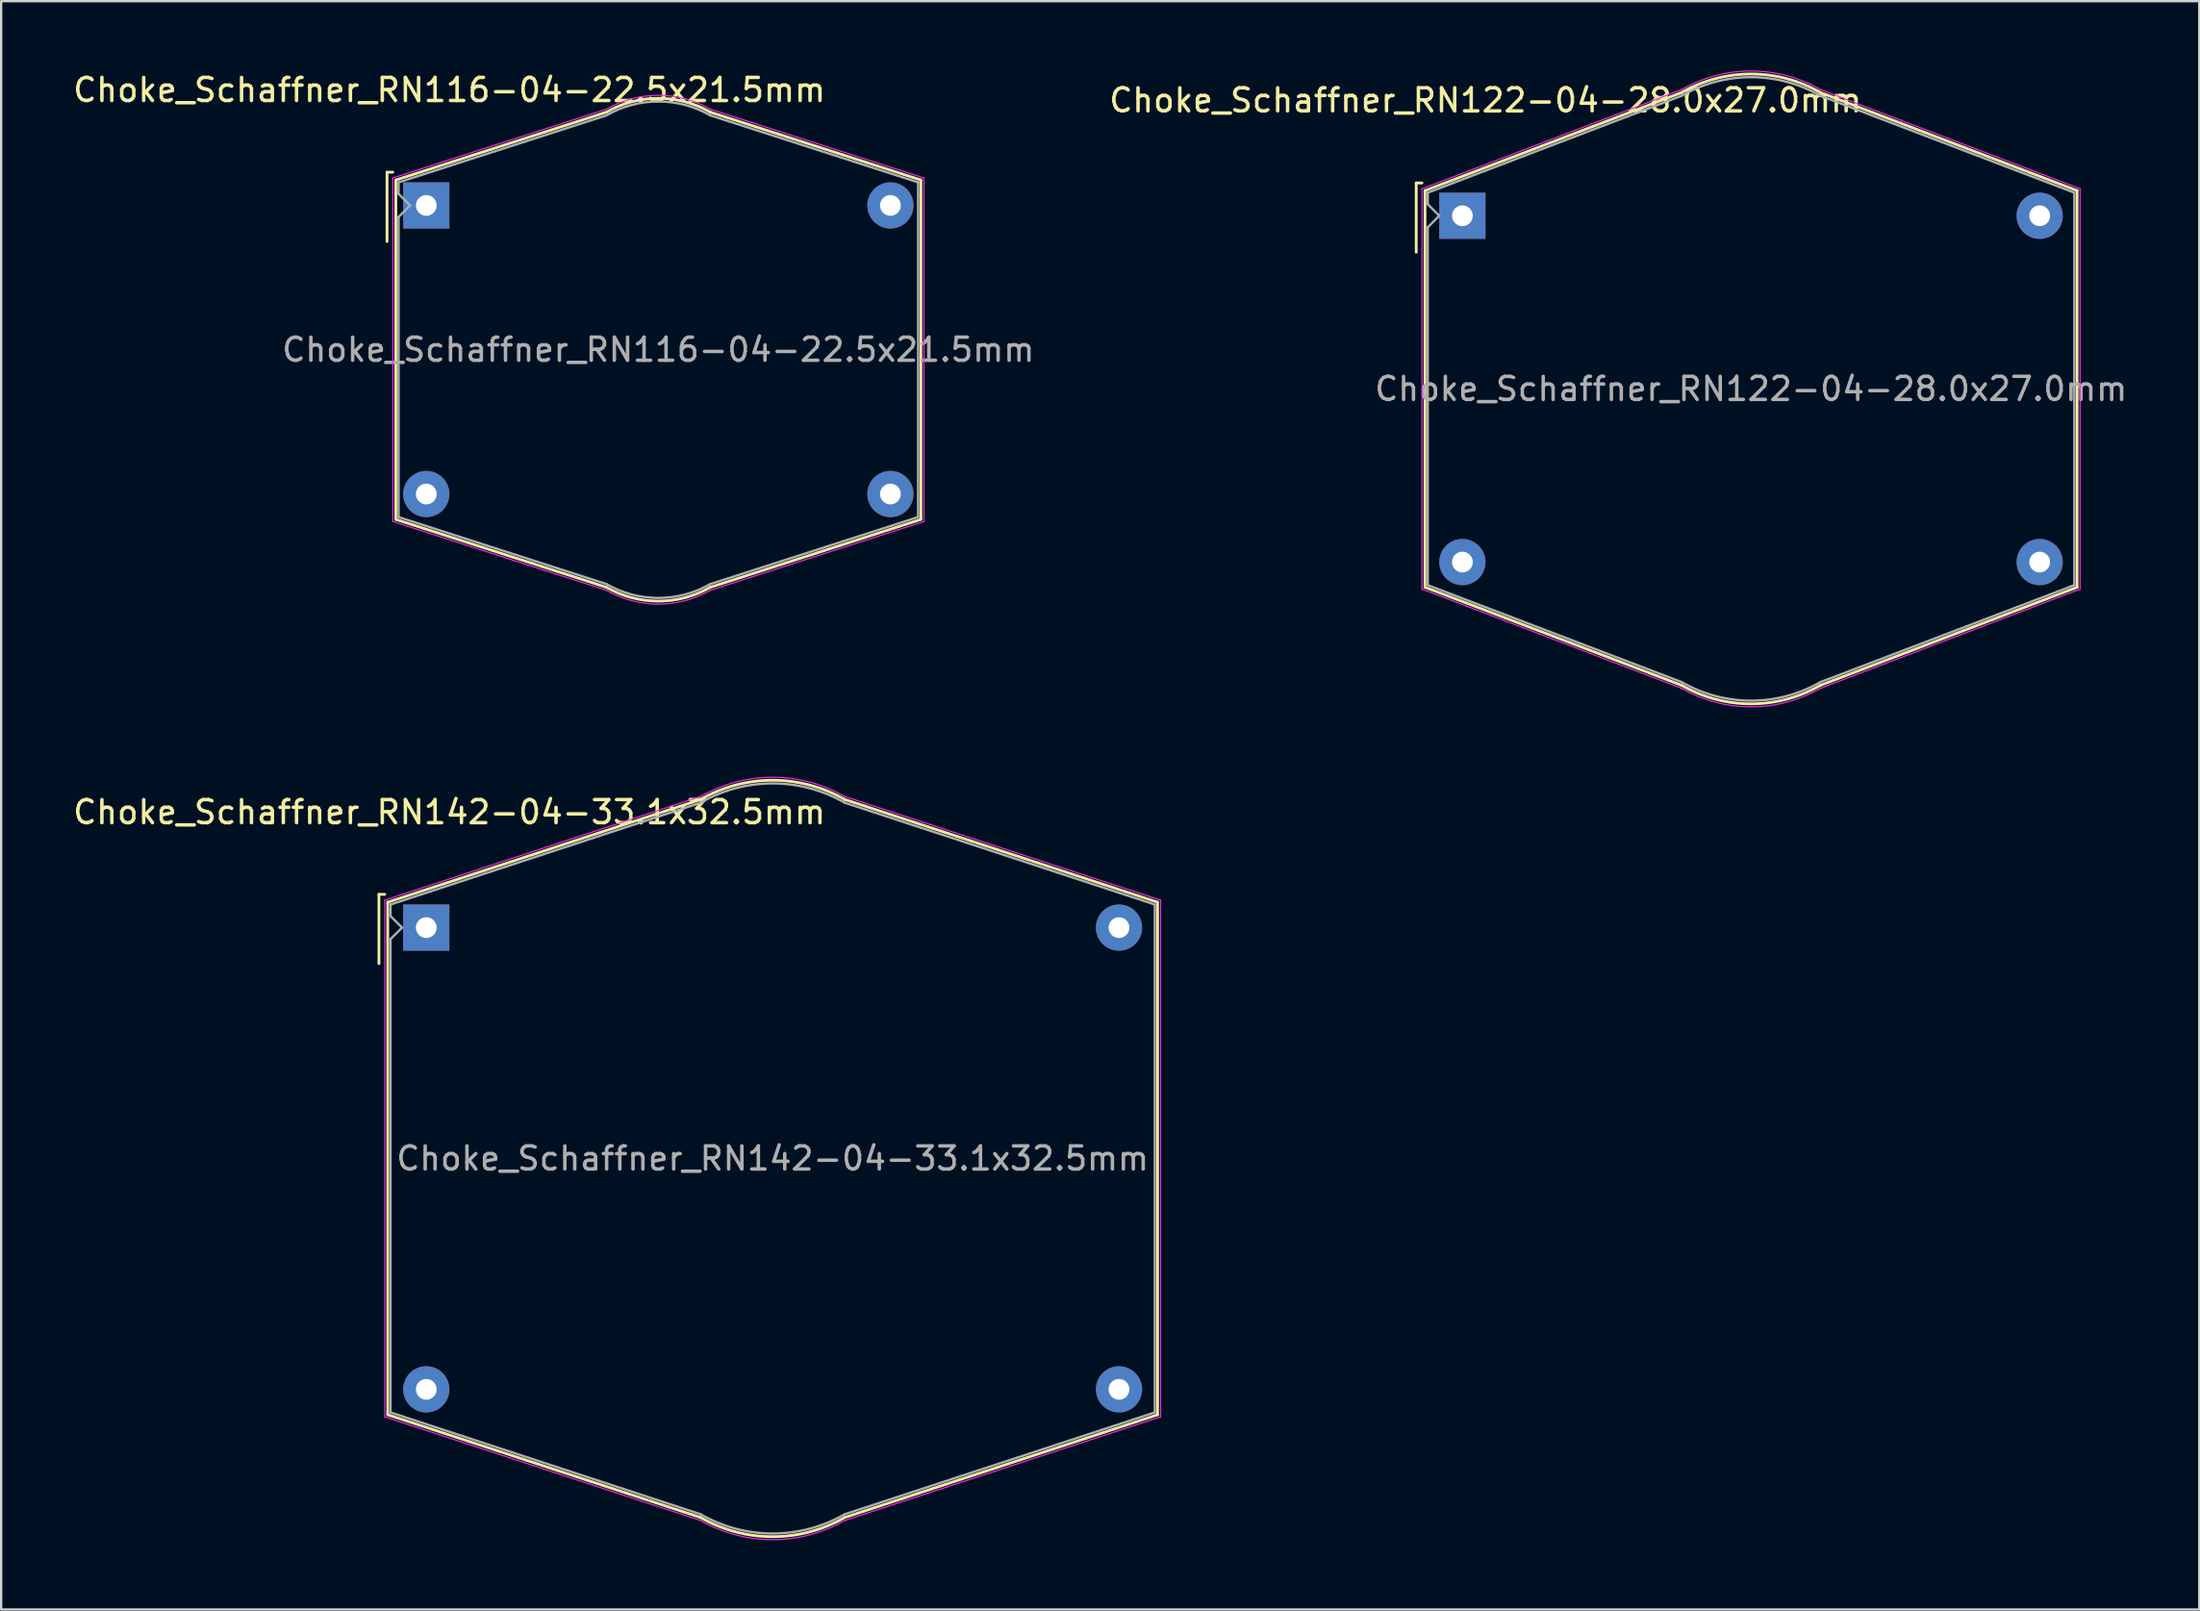
<source format=kicad_pcb>
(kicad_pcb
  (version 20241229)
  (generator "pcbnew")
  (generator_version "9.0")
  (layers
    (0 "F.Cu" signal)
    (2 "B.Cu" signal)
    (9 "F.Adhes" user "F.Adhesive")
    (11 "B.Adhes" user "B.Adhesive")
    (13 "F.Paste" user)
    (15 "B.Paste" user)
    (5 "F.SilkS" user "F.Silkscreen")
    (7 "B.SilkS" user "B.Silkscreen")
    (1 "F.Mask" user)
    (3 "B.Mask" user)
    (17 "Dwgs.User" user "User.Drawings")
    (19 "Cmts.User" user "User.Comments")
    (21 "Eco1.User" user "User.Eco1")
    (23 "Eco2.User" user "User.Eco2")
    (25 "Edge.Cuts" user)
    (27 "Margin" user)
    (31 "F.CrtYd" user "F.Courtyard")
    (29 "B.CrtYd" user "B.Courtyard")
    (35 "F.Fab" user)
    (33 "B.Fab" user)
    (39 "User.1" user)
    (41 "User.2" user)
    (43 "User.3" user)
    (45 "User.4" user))
  (footprint "Choke_Schaffner_RN116-04-22.5x21.5mm"
    (layer "F.Cu")
    (at 15.411 5.848)
    (property "Reference" "Choke_Schaffner_RN116-04-22.5x21.5mm" (at 1 -5 0) (layer "F.SilkS") (effects (font (size 1 1) (thickness 0.15))))
    (attr through_hole)
    (fp_line (start -1.7 -1.44) (end -1.7 1.56) (stroke (width 0.12) (type solid)) (layer "F.SilkS"))
    (fp_line (start -1.7 -1.44) (end -1.45 -1.44) (stroke (width 0.12) (type solid)) (layer "F.SilkS"))
    (fp_line (start -1.32 -1.1) (end 7.8 -4.04) (stroke (width 0.12) (type solid)) (layer "F.SilkS"))
    (fp_line (start -1.32 13.6) (end -1.32 -1.1) (stroke (width 0.12) (type solid)) (layer "F.SilkS"))
    (fp_line (start 7.8 16.54) (end -1.32 13.6) (stroke (width 0.12) (type solid)) (layer "F.SilkS"))
    (fp_line (start 12.3 -4.04) (end 21.42 -1.1) (stroke (width 0.12) (type solid)) (layer "F.SilkS"))
    (fp_line (start 21.42 -1.1) (end 21.42 13.6) (stroke (width 0.12) (type solid)) (layer "F.SilkS"))
    (fp_line (start 21.42 13.6) (end 12.3 16.54) (stroke (width 0.12) (type solid)) (layer "F.SilkS"))
    (fp_arc (start 7.8 -4.04) (mid 10.061443 -4.63982) (end 12.31982 -4.028557) (stroke (width 0.12) (type solid)) (layer "F.SilkS"))
    (fp_arc (start 12.3 16.54) (mid 10.038557 17.13982) (end 7.78018 16.528557) (stroke (width 0.12) (type solid)) (layer "F.SilkS"))
    (fp_line (start -1.45 -1.19) (end 7.8 -4.17) (stroke (width 0.05) (type solid)) (layer "F.CrtYd"))
    (fp_line (start -1.45 13.69) (end -1.45 -1.19) (stroke (width 0.05) (type solid)) (layer "F.CrtYd"))
    (fp_line (start 7.8 16.67) (end -1.45 13.69) (stroke (width 0.05) (type solid)) (layer "F.CrtYd"))
    (fp_line (start 12.3 -4.17) (end 21.55 -1.19) (stroke (width 0.05) (type solid)) (layer "F.CrtYd"))
    (fp_line (start 21.55 -1.19) (end 21.55 13.69) (stroke (width 0.05) (type solid)) (layer "F.CrtYd"))
    (fp_line (start 21.55 13.69) (end 12.3 16.67) (stroke (width 0.05) (type solid)) (layer "F.CrtYd"))
    (fp_arc (start 7.8 -4.17) (mid 10.061443 -4.76982) (end 12.31982 -4.158557) (stroke (width 0.05) (type solid)) (layer "F.CrtYd"))
    (fp_arc (start 12.3 16.67) (mid 10.038557 17.26982) (end 7.78018 16.658557) (stroke (width 0.05) (type solid)) (layer "F.CrtYd"))
    (fp_line (start -1.2 -1) (end 7.8 -3.9) (stroke (width 0.1) (type solid)) (layer "F.Fab"))
    (fp_line (start -1.2 -0.5) (end -1.2 -1) (stroke (width 0.1) (type solid)) (layer "F.Fab"))
    (fp_line (start -1.2 0.5) (end -0.7 0) (stroke (width 0.1) (type solid)) (layer "F.Fab"))
    (fp_line (start -1.2 13.5) (end -1.2 0.5) (stroke (width 0.1) (type solid)) (layer "F.Fab"))
    (fp_line (start -0.7 0) (end -1.2 -0.5) (stroke (width 0.1) (type solid)) (layer "F.Fab"))
    (fp_line (start 7.8 16.4) (end -1.2 13.5) (stroke (width 0.1) (type solid)) (layer "F.Fab"))
    (fp_line (start 12.3 -3.9) (end 21.3 -1) (stroke (width 0.1) (type solid)) (layer "F.Fab"))
    (fp_line (start 21.3 -1) (end 21.3 13.5) (stroke (width 0.1) (type solid)) (layer "F.Fab"))
    (fp_line (start 21.3 13.5) (end 12.3 16.4) (stroke (width 0.1) (type solid)) (layer "F.Fab"))
    (fp_arc (start 7.8 -3.9) (mid 10.051443 -4.502499) (end 12.302499 -3.898557) (stroke (width 0.1) (type solid)) (layer "F.Fab"))
    (fp_arc (start 12.3 16.4) (mid 10.048557 17.002499) (end 7.797501 16.398557) (stroke (width 0.1) (type solid)) (layer "F.Fab"))
    (fp_text user "${REFERENCE}" (at 10.05 6.25 0) (layer "F.Fab") (effects (font (size 1 1) (thickness 0.15))))
    (pad "1" thru_hole rect (at 0 0) (size 2 2) (drill 0.9) (layers "*.Cu" "*.Mask"))
    (pad "2" thru_hole circle (at 20.1 0) (size 2 2) (drill 0.9) (layers "*.Cu" "*.Mask"))
    (pad "3" thru_hole circle (at 0 12.5) (size 2 2) (drill 0.9) (layers "*.Cu" "*.Mask"))
    (pad "4" thru_hole circle (at 20.1 12.5) (size 2 2) (drill 0.9) (layers "*.Cu" "*.Mask")))
  (footprint "Choke_Schaffner_RN142-04-33.1x32.5mm"
    (layer "F.Cu")
    (at 15.411 37.129)
    (property "Reference" "Choke_Schaffner_RN142-04-33.1x32.5mm" (at 1 -5 0) (layer "F.SilkS") (effects (font (size 1 1) (thickness 0.15))))
    (attr through_hole)
    (fp_line (start -2.05 -1.44) (end -2.05 1.56) (stroke (width 0.12) (type solid)) (layer "F.SilkS"))
    (fp_line (start -2.05 -1.44) (end -1.8 -1.44) (stroke (width 0.12) (type solid)) (layer "F.SilkS"))
    (fp_line (start -1.67 -1.1) (end 11.88 -5.55) (stroke (width 0.12) (type solid)) (layer "F.SilkS"))
    (fp_line (start -1.67 21.1) (end -1.67 -1.1) (stroke (width 0.12) (type solid)) (layer "F.SilkS"))
    (fp_line (start 11.88 25.55) (end -1.67 21.1) (stroke (width 0.12) (type solid)) (layer "F.SilkS"))
    (fp_line (start 18.12 -5.55) (end 31.67 -1.1) (stroke (width 0.12) (type solid)) (layer "F.SilkS"))
    (fp_line (start 31.67 -1.1) (end 31.67 21.1) (stroke (width 0.12) (type solid)) (layer "F.SilkS"))
    (fp_line (start 31.67 21.1) (end 18.12 25.55) (stroke (width 0.12) (type solid)) (layer "F.SilkS"))
    (fp_arc (start 11.88 -5.55) (mid 15.013001 -6.382518) (end 18.142518 -5.536999) (stroke (width 0.12) (type solid)) (layer "F.SilkS"))
    (fp_arc (start 18.12 25.55) (mid 14.986999 26.382518) (end 11.857482 25.536999) (stroke (width 0.12) (type solid)) (layer "F.SilkS"))
    (fp_line (start -1.8 -1.19) (end 11.88 -5.68) (stroke (width 0.05) (type solid)) (layer "F.CrtYd"))
    (fp_line (start -1.8 21.19) (end -1.8 -1.19) (stroke (width 0.05) (type solid)) (layer "F.CrtYd"))
    (fp_line (start 11.88 25.68) (end -1.8 21.19) (stroke (width 0.05) (type solid)) (layer "F.CrtYd"))
    (fp_line (start 18.12 -5.68) (end 31.8 -1.19) (stroke (width 0.05) (type solid)) (layer "F.CrtYd"))
    (fp_line (start 31.8 -1.19) (end 31.8 21.19) (stroke (width 0.05) (type solid)) (layer "F.CrtYd"))
    (fp_line (start 31.8 21.19) (end 18.12 25.68) (stroke (width 0.05) (type solid)) (layer "F.CrtYd"))
    (fp_arc (start 11.88 -5.68) (mid 15.013001 -6.512518) (end 18.142518 -5.666999) (stroke (width 0.05) (type solid)) (layer "F.CrtYd"))
    (fp_arc (start 18.12 25.68) (mid 14.986999 26.512518) (end 11.857482 25.666999) (stroke (width 0.05) (type solid)) (layer "F.CrtYd"))
    (fp_line (start -1.55 -1) (end 11.88 -5.41) (stroke (width 0.1) (type solid)) (layer "F.Fab"))
    (fp_line (start -1.55 -0.5) (end -1.55 -1) (stroke (width 0.1) (type solid)) (layer "F.Fab"))
    (fp_line (start -1.55 0.5) (end -1.05 0) (stroke (width 0.1) (type solid)) (layer "F.Fab"))
    (fp_line (start -1.55 21) (end -1.55 0.5) (stroke (width 0.1) (type solid)) (layer "F.Fab"))
    (fp_line (start -1.05 0) (end -1.55 -0.5) (stroke (width 0.1) (type solid)) (layer "F.Fab"))
    (fp_line (start 11.88 25.41) (end -1.55 21) (stroke (width 0.1) (type solid)) (layer "F.Fab"))
    (fp_line (start 18.12 -5.41) (end 31.55 -1) (stroke (width 0.1) (type solid)) (layer "F.Fab"))
    (fp_line (start 31.55 -1) (end 31.55 21) (stroke (width 0.1) (type solid)) (layer "F.Fab"))
    (fp_line (start 31.55 21) (end 18.12 25.41) (stroke (width 0.1) (type solid)) (layer "F.Fab"))
    (fp_arc (start 11.88 -5.41) (mid 15.003001 -6.245197) (end 18.125197 -5.406999) (stroke (width 0.1) (type solid)) (layer "F.Fab"))
    (fp_arc (start 18.12 25.41) (mid 14.996999 26.245197) (end 11.874803 25.406999) (stroke (width 0.1) (type solid)) (layer "F.Fab"))
    (fp_text user "${REFERENCE}" (at 15 10 0) (layer "F.Fab") (effects (font (size 1 1) (thickness 0.15))))
    (pad "1" thru_hole rect (at 0 0) (size 2 2) (drill 0.9) (layers "*.Cu" "*.Mask"))
    (pad "2" thru_hole circle (at 30 0) (size 2 2) (drill 0.9) (layers "*.Cu" "*.Mask"))
    (pad "3" thru_hole circle (at 0 20) (size 2 2) (drill 0.9) (layers "*.Cu" "*.Mask"))
    (pad "4" thru_hole circle (at 30 20) (size 2 2) (drill 0.9) (layers "*.Cu" "*.Mask")))
  (footprint "Choke_Schaffner_RN122-04-28.0x27.0mm"
    (layer "F.Cu")
    (at 60.282 6.296)
    (property "Reference" "Choke_Schaffner_RN122-04-28.0x27.0mm" (at 1 -5 0) (layer "F.SilkS") (effects (font (size 1 1) (thickness 0.15))))
    (attr through_hole)
    (fp_line (start -2 -1.42) (end -2 1.58) (stroke (width 0.12) (type solid)) (layer "F.SilkS"))
    (fp_line (start -2 -1.42) (end -1.75 -1.42) (stroke (width 0.12) (type solid)) (layer "F.SilkS"))
    (fp_line (start -1.62 -1.09) (end 9.5 -5.34) (stroke (width 0.12) (type solid)) (layer "F.SilkS"))
    (fp_line (start -1.62 16.09) (end -1.62 -1.09) (stroke (width 0.12) (type solid)) (layer "F.SilkS"))
    (fp_line (start 9.5 20.34) (end -1.62 16.09) (stroke (width 0.12) (type solid)) (layer "F.SilkS"))
    (fp_line (start 15.5 -5.34) (end 26.62 -1.09) (stroke (width 0.12) (type solid)) (layer "F.SilkS"))
    (fp_line (start 26.62 -1.09) (end 26.62 16.09) (stroke (width 0.12) (type solid)) (layer "F.SilkS"))
    (fp_line (start 26.62 16.09) (end 15.5 20.34) (stroke (width 0.12) (type solid)) (layer "F.SilkS"))
    (fp_arc (start 9.5 -5.34) (mid 12.511924 -6.140653) (end 15.520653 -5.328076) (stroke (width 0.12) (type solid)) (layer "F.SilkS"))
    (fp_arc (start 15.5 20.34) (mid 12.488076 21.140653) (end 9.479347 20.328076) (stroke (width 0.12) (type solid)) (layer "F.SilkS"))
    (fp_line (start -1.75 -1.17) (end 9.5 -5.47) (stroke (width 0.05) (type solid)) (layer "F.CrtYd"))
    (fp_line (start -1.75 16.17) (end -1.75 -1.17) (stroke (width 0.05) (type solid)) (layer "F.CrtYd"))
    (fp_line (start 9.5 20.47) (end -1.75 16.17) (stroke (width 0.05) (type solid)) (layer "F.CrtYd"))
    (fp_line (start 15.5 -5.47) (end 26.75 -1.17) (stroke (width 0.05) (type solid)) (layer "F.CrtYd"))
    (fp_line (start 26.75 -1.17) (end 26.75 16.17) (stroke (width 0.05) (type solid)) (layer "F.CrtYd"))
    (fp_line (start 26.75 16.17) (end 15.5 20.47) (stroke (width 0.05) (type solid)) (layer "F.CrtYd"))
    (fp_arc (start 9.5 -5.47) (mid 12.511924 -6.270653) (end 15.520653 -5.458076) (stroke (width 0.05) (type solid)) (layer "F.CrtYd"))
    (fp_arc (start 15.5 20.47) (mid 12.488076 21.270653) (end 9.479347 20.458076) (stroke (width 0.05) (type solid)) (layer "F.CrtYd"))
    (fp_line (start -1.5 -1) (end 9.5 -5.2) (stroke (width 0.1) (type solid)) (layer "F.Fab"))
    (fp_line (start -1.5 -0.5) (end -1.5 -1) (stroke (width 0.1) (type solid)) (layer "F.Fab"))
    (fp_line (start -1.5 0.5) (end -1 0) (stroke (width 0.1) (type solid)) (layer "F.Fab"))
    (fp_line (start -1.5 16) (end -1.5 0.5) (stroke (width 0.1) (type solid)) (layer "F.Fab"))
    (fp_line (start -1 0) (end -1.5 -0.5) (stroke (width 0.1) (type solid)) (layer "F.Fab"))
    (fp_line (start 9.5 20.2) (end -1.5 16) (stroke (width 0.1) (type solid)) (layer "F.Fab"))
    (fp_line (start 15.5 -5.2) (end 26.5 -1) (stroke (width 0.1) (type solid)) (layer "F.Fab"))
    (fp_line (start 26.5 -1) (end 26.5 16) (stroke (width 0.1) (type solid)) (layer "F.Fab"))
    (fp_line (start 26.5 16) (end 15.5 20.2) (stroke (width 0.1) (type solid)) (layer "F.Fab"))
    (fp_arc (start 9.5 -5.2) (mid 12.501924 -6.003332) (end 15.503332 -5.198076) (stroke (width 0.1) (type solid)) (layer "F.Fab"))
    (fp_arc (start 15.5 20.2) (mid 12.498076 21.003332) (end 9.496668 20.198076) (stroke (width 0.1) (type solid)) (layer "F.Fab"))
    (fp_text user "${REFERENCE}" (at 12.5 7.5 0) (layer "F.Fab") (effects (font (size 1 1) (thickness 0.15))))
    (pad "1" thru_hole rect (at 0 0) (size 2 2) (drill 0.9) (layers "*.Cu" "*.Mask"))
    (pad "2" thru_hole circle (at 25 0) (size 2 2) (drill 0.9) (layers "*.Cu" "*.Mask"))
    (pad "3" thru_hole circle (at 0 15) (size 2 2) (drill 0.9) (layers "*.Cu" "*.Mask"))
    (pad "4" thru_hole circle (at 25 15) (size 2 2) (drill 0.9) (layers "*.Cu" "*.Mask")))
  (gr_rect
    (start -3 -3)
    (end 92.193 66.666)
    (stroke (width 0.1) (type default))
    (fill no)
    (layer "Edge.Cuts")))
</source>
